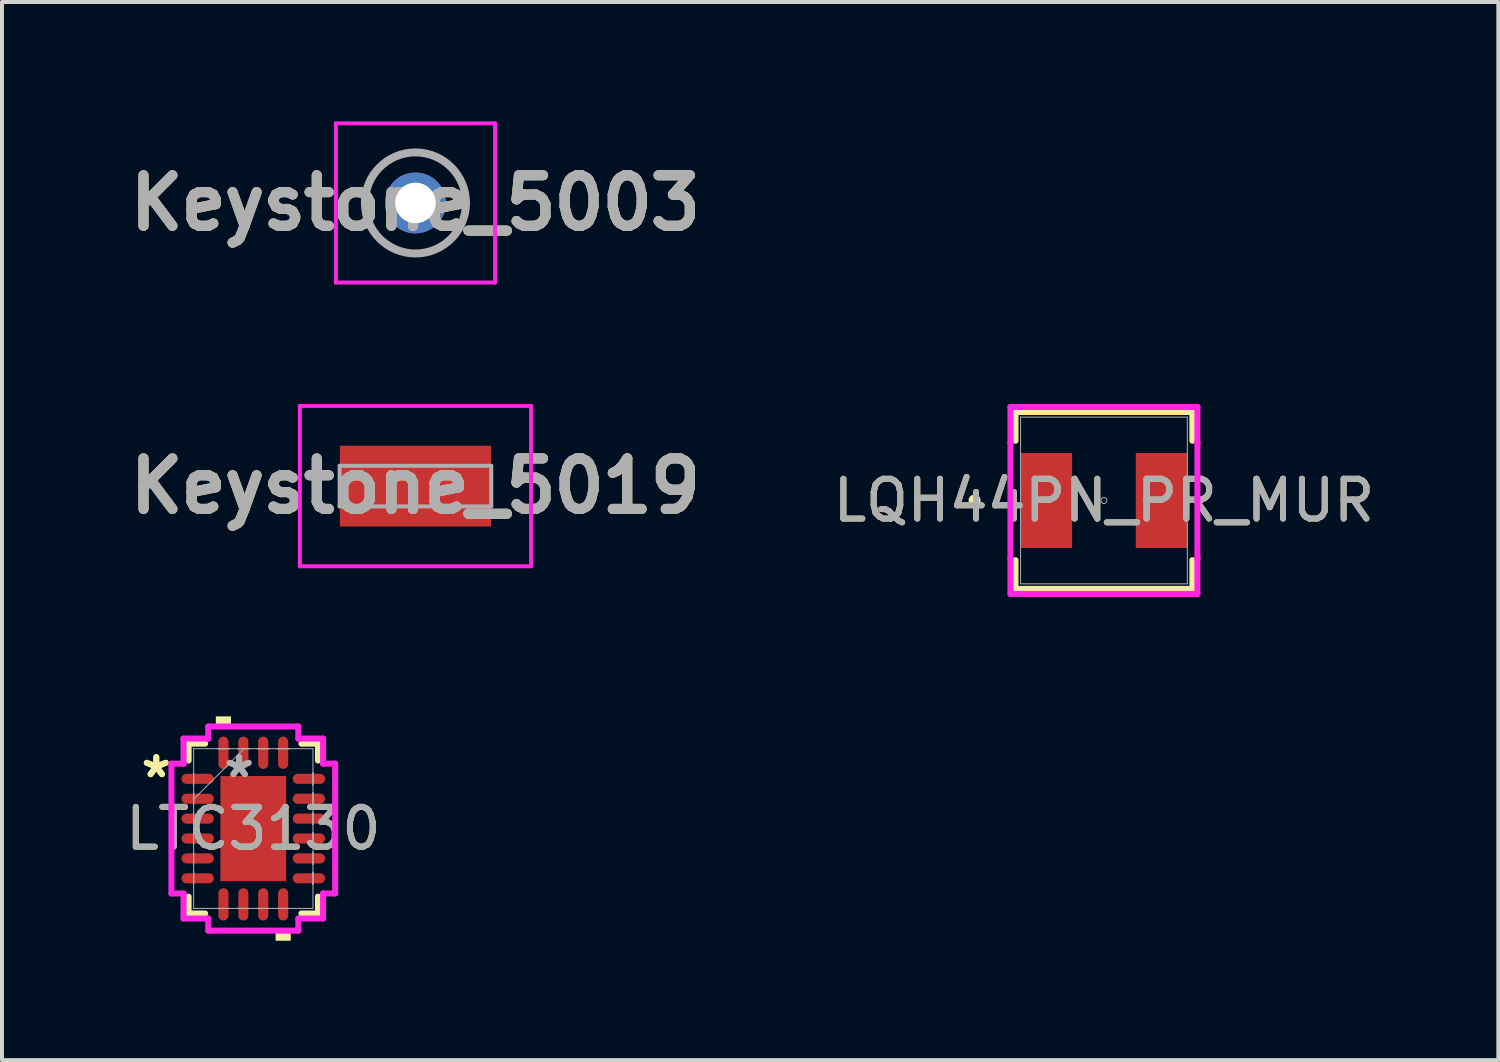
<source format=kicad_pcb>
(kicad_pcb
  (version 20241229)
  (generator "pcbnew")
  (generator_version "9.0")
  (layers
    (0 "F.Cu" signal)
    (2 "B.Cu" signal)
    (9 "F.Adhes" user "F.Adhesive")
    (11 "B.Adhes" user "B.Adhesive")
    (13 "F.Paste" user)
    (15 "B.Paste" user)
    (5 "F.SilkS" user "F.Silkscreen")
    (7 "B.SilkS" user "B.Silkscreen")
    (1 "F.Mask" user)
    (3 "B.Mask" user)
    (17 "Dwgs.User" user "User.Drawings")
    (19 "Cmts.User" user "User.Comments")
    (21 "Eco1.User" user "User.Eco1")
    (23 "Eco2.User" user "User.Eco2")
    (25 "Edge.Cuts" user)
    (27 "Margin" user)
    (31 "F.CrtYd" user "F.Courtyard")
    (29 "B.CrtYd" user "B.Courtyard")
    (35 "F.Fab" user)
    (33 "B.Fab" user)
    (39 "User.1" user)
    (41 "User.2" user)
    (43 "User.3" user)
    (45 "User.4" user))
  (footprint "Keystone_5019"
    (layer "F.Cu")
    (at 7.39 9.165)
    (property "Reference" "Keystone_5019" (at 0 0 0) (layer "F.SilkS") (effects (font (size 1.27 1.27) (thickness 0.254))))
    (attr smd)
    (fp_line (start -2.5 0) (end -2.5 0) (stroke (width 0.1) (type solid)) (layer "F.SilkS"))
    (fp_line (start -2.4 0) (end -2.4 0) (stroke (width 0.1) (type solid)) (layer "F.SilkS"))
    (fp_arc (start -2.5 0) (mid -2.45 -0.05) (end -2.4 0) (stroke (width 0.1) (type solid)) (layer "F.SilkS"))
    (fp_arc (start -2.4 0) (mid -2.45 0.05) (end -2.5 0) (stroke (width 0.1) (type solid)) (layer "F.SilkS"))
    (fp_line (start -2.905 -2.015) (end 2.905 -2.015) (stroke (width 0.1) (type solid)) (layer "F.CrtYd"))
    (fp_line (start -2.905 2.015) (end -2.905 -2.015) (stroke (width 0.1) (type solid)) (layer "F.CrtYd"))
    (fp_line (start 2.905 -2.015) (end 2.905 2.015) (stroke (width 0.1) (type solid)) (layer "F.CrtYd"))
    (fp_line (start 2.905 2.015) (end -2.905 2.015) (stroke (width 0.1) (type solid)) (layer "F.CrtYd"))
    (fp_line (start -1.905 -0.51) (end 1.905 -0.51) (stroke (width 0.1) (type solid)) (layer "F.Fab"))
    (fp_line (start -1.905 0.51) (end -1.905 -0.51) (stroke (width 0.1) (type solid)) (layer "F.Fab"))
    (fp_line (start 1.905 -0.51) (end 1.905 0.51) (stroke (width 0.1) (type solid)) (layer "F.Fab"))
    (fp_line (start 1.905 0.51) (end -1.905 0.51) (stroke (width 0.1) (type solid)) (layer "F.Fab"))
    (fp_text user "${REFERENCE}" (at 0 0 0) (layer "F.Fab") (effects (font (size 1.27 1.27) (thickness 0.254))))
    (pad "1" smd rect (at 0 0 90) (size 2.03 3.8) (layers "F.Cu" "F.Mask" "F.Paste")))
  (footprint "LQH44PN_PR_MUR"
    (layer "F.Cu")
    (at 24.691 9.526)
    (property "Reference" "LQH44PN_PR_MUR" (at 0 0 0) (unlocked yes) (layer "F.SilkS") (effects (font (size 1 1) (thickness 0.15))))
    (attr smd)
    (fp_line (start -2.223 -2.223) (end -2.223 -1.501) (stroke (width 0.152) (type solid)) (layer "F.SilkS"))
    (fp_line (start -2.223 1.501) (end -2.223 2.223) (stroke (width 0.152) (type solid)) (layer "F.SilkS"))
    (fp_line (start -2.223 2.223) (end 2.223 2.223) (stroke (width 0.152) (type solid)) (layer "F.SilkS"))
    (fp_line (start 2.223 -2.223) (end -2.223 -2.223) (stroke (width 0.152) (type solid)) (layer "F.SilkS"))
    (fp_line (start 2.223 -1.501) (end 2.223 -2.223) (stroke (width 0.152) (type solid)) (layer "F.SilkS"))
    (fp_line (start 2.223 2.223) (end 2.223 1.501) (stroke (width 0.152) (type solid)) (layer "F.SilkS"))
    (fp_circle (center -3.251 0) (end -3.175 0) (stroke (width 0.152) (type solid)) (fill no) (layer "F.SilkS"))
    (fp_line (start -2.349 -2.349) (end 2.349 -2.349) (stroke (width 0.152) (type solid)) (layer "F.CrtYd"))
    (fp_line (start -2.349 -1.448) (end -2.349 -2.349) (stroke (width 0.152) (type solid)) (layer "F.CrtYd"))
    (fp_line (start -2.349 -1.448) (end -2.349 -1.448) (stroke (width 0.152) (type solid)) (layer "F.CrtYd"))
    (fp_line (start -2.349 1.448) (end -2.349 -1.448) (stroke (width 0.152) (type solid)) (layer "F.CrtYd"))
    (fp_line (start -2.349 1.448) (end -2.349 1.448) (stroke (width 0.152) (type solid)) (layer "F.CrtYd"))
    (fp_line (start -2.349 2.349) (end -2.349 1.448) (stroke (width 0.152) (type solid)) (layer "F.CrtYd"))
    (fp_line (start 2.349 -2.349) (end 2.349 -1.448) (stroke (width 0.152) (type solid)) (layer "F.CrtYd"))
    (fp_line (start 2.349 -1.448) (end 2.349 -1.448) (stroke (width 0.152) (type solid)) (layer "F.CrtYd"))
    (fp_line (start 2.349 -1.448) (end 2.349 1.448) (stroke (width 0.152) (type solid)) (layer "F.CrtYd"))
    (fp_line (start 2.349 1.448) (end 2.349 1.448) (stroke (width 0.152) (type solid)) (layer "F.CrtYd"))
    (fp_line (start 2.349 1.448) (end 2.349 2.349) (stroke (width 0.152) (type solid)) (layer "F.CrtYd"))
    (fp_line (start 2.349 2.349) (end -2.349 2.349) (stroke (width 0.152) (type solid)) (layer "F.CrtYd"))
    (fp_line (start -2.095 -2.095) (end -2.095 2.095) (stroke (width 0.025) (type solid)) (layer "F.Fab"))
    (fp_line (start -2.095 2.095) (end 2.095 2.095) (stroke (width 0.025) (type solid)) (layer "F.Fab"))
    (fp_line (start 2.095 -2.095) (end -2.095 -2.095) (stroke (width 0.025) (type solid)) (layer "F.Fab"))
    (fp_line (start 2.095 2.095) (end 2.095 -2.095) (stroke (width 0.025) (type solid)) (layer "F.Fab"))
    (fp_circle (center 0 0) (end 0.076 0) (stroke (width 0.025) (type solid)) (fill no) (layer "F.Fab"))
    (fp_text user "${REFERENCE}" (at 0 0 0) (unlocked yes) (layer "F.Fab") (effects (font (size 1 1) (thickness 0.15))))
    (pad "1" smd rect (at -1.448 0) (size 1.295 2.388) (layers "F.Cu" "F.Mask" "F.Paste"))
    (pad "2" smd rect (at 1.448 0) (size 1.295 2.388) (layers "F.Cu" "F.Mask" "F.Paste")))
  (footprint "Keystone_5003"
    (layer "F.Cu")
    (at 7.39 2.05)
    (property "Reference" "Keystone_5003" (at 0 0 0) (layer "F.SilkS") (effects (font (size 1.27 1.27) (thickness 0.254))))
    (attr through_hole)
    (fp_line (start -1.27 0) (end -1.27 0) (stroke (width 0.1) (type solid)) (layer "F.SilkS"))
    (fp_line (start 1.27 0) (end 1.27 0) (stroke (width 0.1) (type solid)) (layer "F.SilkS"))
    (fp_arc (start -1.27 0) (mid 0 -1.27) (end 1.27 0) (stroke (width 0.1) (type solid)) (layer "F.SilkS"))
    (fp_arc (start 1.27 0) (mid 0 1.27) (end -1.27 0) (stroke (width 0.1) (type solid)) (layer "F.SilkS"))
    (fp_line (start -2 -2) (end 2 -2) (stroke (width 0.1) (type solid)) (layer "F.CrtYd"))
    (fp_line (start -2 2) (end -2 -2) (stroke (width 0.1) (type solid)) (layer "F.CrtYd"))
    (fp_line (start 2 -2) (end 2 2) (stroke (width 0.1) (type solid)) (layer "F.CrtYd"))
    (fp_line (start 2 2) (end -2 2) (stroke (width 0.1) (type solid)) (layer "F.CrtYd"))
    (fp_line (start -1.27 0) (end -1.27 0) (stroke (width 0.2) (type solid)) (layer "F.Fab"))
    (fp_line (start 1.27 0) (end 1.27 0) (stroke (width 0.2) (type solid)) (layer "F.Fab"))
    (fp_arc (start -1.27 0) (mid 0 -1.27) (end 1.27 0) (stroke (width 0.2) (type solid)) (layer "F.Fab"))
    (fp_arc (start 1.27 0) (mid 0 1.27) (end -1.27 0) (stroke (width 0.2) (type solid)) (layer "F.Fab"))
    (fp_text user "${REFERENCE}" (at 0 0 0) (layer "F.Fab") (effects (font (size 1.27 1.27) (thickness 0.254))))
    (pad "1" thru_hole circle (at 0 0) (size 1.53 1.53) (drill 1.02) (layers "*.Cu" "*.Mask")))
  (footprint "LTC3130"
    (layer "F.Cu")
    (at 3.315 17.771)
    (property "Reference" "LTC3130" (at 0 0 0) (unlocked yes) (layer "F.SilkS") (effects (font (size 1 1) (thickness 0.15))))
    (attr smd)
    (fp_poly (pts (xy -0.826 -1.321) (xy 0.826 -1.321) (xy 0.826 1.321) (xy -0.826 1.321)) (stroke (width 0) (type solid)) (fill yes) (layer "F.Cu"))
    (fp_poly (pts (xy -0.826 -1.321) (xy 0.826 -1.321) (xy 0.826 1.321) (xy -0.826 1.321)) (stroke (width 0) (type solid)) (fill yes) (layer "F.Mask"))
    (fp_line (start -1.626 -2.134) (end -1.626 -1.71) (stroke (width 0.152) (type solid)) (layer "F.SilkS"))
    (fp_line (start -1.626 1.71) (end -1.626 2.134) (stroke (width 0.152) (type solid)) (layer "F.SilkS"))
    (fp_line (start -1.626 2.134) (end -1.21 2.134) (stroke (width 0.152) (type solid)) (layer "F.SilkS"))
    (fp_line (start -1.21 -2.134) (end -1.626 -2.134) (stroke (width 0.152) (type solid)) (layer "F.SilkS"))
    (fp_line (start 1.21 2.134) (end 1.626 2.134) (stroke (width 0.152) (type solid)) (layer "F.SilkS"))
    (fp_line (start 1.626 -2.134) (end 1.21 -2.134) (stroke (width 0.152) (type solid)) (layer "F.SilkS"))
    (fp_line (start 1.626 -1.71) (end 1.626 -2.134) (stroke (width 0.152) (type solid)) (layer "F.SilkS"))
    (fp_line (start 1.626 2.134) (end 1.626 1.71) (stroke (width 0.152) (type solid)) (layer "F.SilkS"))
    (fp_poly (pts (xy -0.941 -2.565) (xy -0.941 -2.819) (xy -0.56 -2.819) (xy -0.56 -2.565)) (stroke (width 0) (type solid)) (fill yes) (layer "F.SilkS"))
    (fp_poly (pts (xy 0.56 2.565) (xy 0.56 2.819) (xy 0.941 2.819) (xy 0.941 2.565)) (stroke (width 0) (type solid)) (fill yes) (layer "F.SilkS"))
    (fp_poly (pts (xy -0.826 -1.321) (xy 0.826 -1.321) (xy 0.826 1.321) (xy -0.826 1.321)) (stroke (width 0) (type solid)) (fill yes) (layer "F.Paste"))
    (fp_line (start -2.057 -1.631) (end -1.753 -1.631) (stroke (width 0.152) (type solid)) (layer "F.CrtYd"))
    (fp_line (start -2.057 1.631) (end -2.057 -1.631) (stroke (width 0.152) (type solid)) (layer "F.CrtYd"))
    (fp_line (start -1.753 -2.261) (end -1.131 -2.261) (stroke (width 0.152) (type solid)) (layer "F.CrtYd"))
    (fp_line (start -1.753 -1.631) (end -1.753 -2.261) (stroke (width 0.152) (type solid)) (layer "F.CrtYd"))
    (fp_line (start -1.753 1.631) (end -2.057 1.631) (stroke (width 0.152) (type solid)) (layer "F.CrtYd"))
    (fp_line (start -1.753 2.261) (end -1.753 1.631) (stroke (width 0.152) (type solid)) (layer "F.CrtYd"))
    (fp_line (start -1.131 -2.565) (end 1.131 -2.565) (stroke (width 0.152) (type solid)) (layer "F.CrtYd"))
    (fp_line (start -1.131 -2.261) (end -1.131 -2.565) (stroke (width 0.152) (type solid)) (layer "F.CrtYd"))
    (fp_line (start -1.131 2.261) (end -1.753 2.261) (stroke (width 0.152) (type solid)) (layer "F.CrtYd"))
    (fp_line (start -1.131 2.565) (end -1.131 2.261) (stroke (width 0.152) (type solid)) (layer "F.CrtYd"))
    (fp_line (start 1.131 -2.565) (end 1.131 -2.261) (stroke (width 0.152) (type solid)) (layer "F.CrtYd"))
    (fp_line (start 1.131 -2.261) (end 1.753 -2.261) (stroke (width 0.152) (type solid)) (layer "F.CrtYd"))
    (fp_line (start 1.131 2.261) (end 1.131 2.565) (stroke (width 0.152) (type solid)) (layer "F.CrtYd"))
    (fp_line (start 1.131 2.565) (end -1.131 2.565) (stroke (width 0.152) (type solid)) (layer "F.CrtYd"))
    (fp_line (start 1.753 -2.261) (end 1.753 -1.631) (stroke (width 0.152) (type solid)) (layer "F.CrtYd"))
    (fp_line (start 1.753 -1.631) (end 2.057 -1.631) (stroke (width 0.152) (type solid)) (layer "F.CrtYd"))
    (fp_line (start 1.753 1.631) (end 1.753 2.261) (stroke (width 0.152) (type solid)) (layer "F.CrtYd"))
    (fp_line (start 1.753 2.261) (end 1.131 2.261) (stroke (width 0.152) (type solid)) (layer "F.CrtYd"))
    (fp_line (start 2.057 -1.631) (end 2.057 1.631) (stroke (width 0.152) (type solid)) (layer "F.CrtYd"))
    (fp_line (start 2.057 1.631) (end 1.753 1.631) (stroke (width 0.152) (type solid)) (layer "F.CrtYd"))
    (fp_line (start -1.499 -2.007) (end -1.499 2.007) (stroke (width 0.025) (type solid)) (layer "F.Fab"))
    (fp_line (start -1.499 -1.402) (end -1.499 -1.402) (stroke (width 0.025) (type solid)) (layer "F.Fab"))
    (fp_line (start -1.499 -1.402) (end -1.499 -1.098) (stroke (width 0.025) (type solid)) (layer "F.Fab"))
    (fp_line (start -1.499 -1.098) (end -1.499 -1.402) (stroke (width 0.025) (type solid)) (layer "F.Fab"))
    (fp_line (start -1.499 -1.098) (end -1.499 -1.098) (stroke (width 0.025) (type solid)) (layer "F.Fab"))
    (fp_line (start -1.499 -0.902) (end -1.499 -0.902) (stroke (width 0.025) (type solid)) (layer "F.Fab"))
    (fp_line (start -1.499 -0.902) (end -1.499 -0.598) (stroke (width 0.025) (type solid)) (layer "F.Fab"))
    (fp_line (start -1.499 -0.737) (end -0.229 -2.007) (stroke (width 0.025) (type solid)) (layer "F.Fab"))
    (fp_line (start -1.499 -0.598) (end -1.499 -0.902) (stroke (width 0.025) (type solid)) (layer "F.Fab"))
    (fp_line (start -1.499 -0.598) (end -1.499 -0.598) (stroke (width 0.025) (type solid)) (layer "F.Fab"))
    (fp_line (start -1.499 -0.402) (end -1.499 -0.402) (stroke (width 0.025) (type solid)) (layer "F.Fab"))
    (fp_line (start -1.499 -0.402) (end -1.499 -0.098) (stroke (width 0.025) (type solid)) (layer "F.Fab"))
    (fp_line (start -1.499 -0.098) (end -1.499 -0.402) (stroke (width 0.025) (type solid)) (layer "F.Fab"))
    (fp_line (start -1.499 -0.098) (end -1.499 -0.098) (stroke (width 0.025) (type solid)) (layer "F.Fab"))
    (fp_line (start -1.499 0.098) (end -1.499 0.098) (stroke (width 0.025) (type solid)) (layer "F.Fab"))
    (fp_line (start -1.499 0.098) (end -1.499 0.402) (stroke (width 0.025) (type solid)) (layer "F.Fab"))
    (fp_line (start -1.499 0.402) (end -1.499 0.098) (stroke (width 0.025) (type solid)) (layer "F.Fab"))
    (fp_line (start -1.499 0.402) (end -1.499 0.402) (stroke (width 0.025) (type solid)) (layer "F.Fab"))
    (fp_line (start -1.499 0.598) (end -1.499 0.598) (stroke (width 0.025) (type solid)) (layer "F.Fab"))
    (fp_line (start -1.499 0.598) (end -1.499 0.902) (stroke (width 0.025) (type solid)) (layer "F.Fab"))
    (fp_line (start -1.499 0.902) (end -1.499 0.598) (stroke (width 0.025) (type solid)) (layer "F.Fab"))
    (fp_line (start -1.499 0.902) (end -1.499 0.902) (stroke (width 0.025) (type solid)) (layer "F.Fab"))
    (fp_line (start -1.499 1.098) (end -1.499 1.098) (stroke (width 0.025) (type solid)) (layer "F.Fab"))
    (fp_line (start -1.499 1.098) (end -1.499 1.402) (stroke (width 0.025) (type solid)) (layer "F.Fab"))
    (fp_line (start -1.499 1.402) (end -1.499 1.098) (stroke (width 0.025) (type solid)) (layer "F.Fab"))
    (fp_line (start -1.499 1.402) (end -1.499 1.402) (stroke (width 0.025) (type solid)) (layer "F.Fab"))
    (fp_line (start -1.499 2.007) (end 1.499 2.007) (stroke (width 0.025) (type solid)) (layer "F.Fab"))
    (fp_line (start -0.902 -2.007) (end -0.902 -2.007) (stroke (width 0.025) (type solid)) (layer "F.Fab"))
    (fp_line (start -0.902 -2.007) (end -0.598 -2.007) (stroke (width 0.025) (type solid)) (layer "F.Fab"))
    (fp_line (start -0.902 2.007) (end -0.902 2.007) (stroke (width 0.025) (type solid)) (layer "F.Fab"))
    (fp_line (start -0.902 2.007) (end -0.598 2.007) (stroke (width 0.025) (type solid)) (layer "F.Fab"))
    (fp_line (start -0.598 -2.007) (end -0.902 -2.007) (stroke (width 0.025) (type solid)) (layer "F.Fab"))
    (fp_line (start -0.598 -2.007) (end -0.598 -2.007) (stroke (width 0.025) (type solid)) (layer "F.Fab"))
    (fp_line (start -0.598 2.007) (end -0.902 2.007) (stroke (width 0.025) (type solid)) (layer "F.Fab"))
    (fp_line (start -0.598 2.007) (end -0.598 2.007) (stroke (width 0.025) (type solid)) (layer "F.Fab"))
    (fp_line (start -0.402 -2.007) (end -0.402 -2.007) (stroke (width 0.025) (type solid)) (layer "F.Fab"))
    (fp_line (start -0.402 -2.007) (end -0.098 -2.007) (stroke (width 0.025) (type solid)) (layer "F.Fab"))
    (fp_line (start -0.402 2.007) (end -0.402 2.007) (stroke (width 0.025) (type solid)) (layer "F.Fab"))
    (fp_line (start -0.402 2.007) (end -0.098 2.007) (stroke (width 0.025) (type solid)) (layer "F.Fab"))
    (fp_line (start -0.098 -2.007) (end -0.402 -2.007) (stroke (width 0.025) (type solid)) (layer "F.Fab"))
    (fp_line (start -0.098 -2.007) (end -0.098 -2.007) (stroke (width 0.025) (type solid)) (layer "F.Fab"))
    (fp_line (start -0.098 2.007) (end -0.402 2.007) (stroke (width 0.025) (type solid)) (layer "F.Fab"))
    (fp_line (start -0.098 2.007) (end -0.098 2.007) (stroke (width 0.025) (type solid)) (layer "F.Fab"))
    (fp_line (start 0.098 -2.007) (end 0.098 -2.007) (stroke (width 0.025) (type solid)) (layer "F.Fab"))
    (fp_line (start 0.098 -2.007) (end 0.402 -2.007) (stroke (width 0.025) (type solid)) (layer "F.Fab"))
    (fp_line (start 0.098 2.007) (end 0.098 2.007) (stroke (width 0.025) (type solid)) (layer "F.Fab"))
    (fp_line (start 0.098 2.007) (end 0.402 2.007) (stroke (width 0.025) (type solid)) (layer "F.Fab"))
    (fp_line (start 0.402 -2.007) (end 0.098 -2.007) (stroke (width 0.025) (type solid)) (layer "F.Fab"))
    (fp_line (start 0.402 -2.007) (end 0.402 -2.007) (stroke (width 0.025) (type solid)) (layer "F.Fab"))
    (fp_line (start 0.402 2.007) (end 0.098 2.007) (stroke (width 0.025) (type solid)) (layer "F.Fab"))
    (fp_line (start 0.402 2.007) (end 0.402 2.007) (stroke (width 0.025) (type solid)) (layer "F.Fab"))
    (fp_line (start 0.598 -2.007) (end 0.598 -2.007) (stroke (width 0.025) (type solid)) (layer "F.Fab"))
    (fp_line (start 0.598 -2.007) (end 0.902 -2.007) (stroke (width 0.025) (type solid)) (layer "F.Fab"))
    (fp_line (start 0.598 2.007) (end 0.598 2.007) (stroke (width 0.025) (type solid)) (layer "F.Fab"))
    (fp_line (start 0.598 2.007) (end 0.902 2.007) (stroke (width 0.025) (type solid)) (layer "F.Fab"))
    (fp_line (start 0.902 -2.007) (end 0.598 -2.007) (stroke (width 0.025) (type solid)) (layer "F.Fab"))
    (fp_line (start 0.902 -2.007) (end 0.902 -2.007) (stroke (width 0.025) (type solid)) (layer "F.Fab"))
    (fp_line (start 0.902 2.007) (end 0.598 2.007) (stroke (width 0.025) (type solid)) (layer "F.Fab"))
    (fp_line (start 0.902 2.007) (end 0.902 2.007) (stroke (width 0.025) (type solid)) (layer "F.Fab"))
    (fp_line (start 1.499 -2.007) (end -1.499 -2.007) (stroke (width 0.025) (type solid)) (layer "F.Fab"))
    (fp_line (start 1.499 -1.402) (end 1.499 -1.402) (stroke (width 0.025) (type solid)) (layer "F.Fab"))
    (fp_line (start 1.499 -1.402) (end 1.499 -1.098) (stroke (width 0.025) (type solid)) (layer "F.Fab"))
    (fp_line (start 1.499 -1.098) (end 1.499 -1.402) (stroke (width 0.025) (type solid)) (layer "F.Fab"))
    (fp_line (start 1.499 -1.098) (end 1.499 -1.098) (stroke (width 0.025) (type solid)) (layer "F.Fab"))
    (fp_line (start 1.499 -0.902) (end 1.499 -0.902) (stroke (width 0.025) (type solid)) (layer "F.Fab"))
    (fp_line (start 1.499 -0.902) (end 1.499 -0.598) (stroke (width 0.025) (type solid)) (layer "F.Fab"))
    (fp_line (start 1.499 -0.598) (end 1.499 -0.902) (stroke (width 0.025) (type solid)) (layer "F.Fab"))
    (fp_line (start 1.499 -0.598) (end 1.499 -0.598) (stroke (width 0.025) (type solid)) (layer "F.Fab"))
    (fp_line (start 1.499 -0.402) (end 1.499 -0.402) (stroke (width 0.025) (type solid)) (layer "F.Fab"))
    (fp_line (start 1.499 -0.402) (end 1.499 -0.098) (stroke (width 0.025) (type solid)) (layer "F.Fab"))
    (fp_line (start 1.499 -0.098) (end 1.499 -0.402) (stroke (width 0.025) (type solid)) (layer "F.Fab"))
    (fp_line (start 1.499 -0.098) (end 1.499 -0.098) (stroke (width 0.025) (type solid)) (layer "F.Fab"))
    (fp_line (start 1.499 0.098) (end 1.499 0.098) (stroke (width 0.025) (type solid)) (layer "F.Fab"))
    (fp_line (start 1.499 0.098) (end 1.499 0.402) (stroke (width 0.025) (type solid)) (layer "F.Fab"))
    (fp_line (start 1.499 0.402) (end 1.499 0.098) (stroke (width 0.025) (type solid)) (layer "F.Fab"))
    (fp_line (start 1.499 0.402) (end 1.499 0.402) (stroke (width 0.025) (type solid)) (layer "F.Fab"))
    (fp_line (start 1.499 0.598) (end 1.499 0.598) (stroke (width 0.025) (type solid)) (layer "F.Fab"))
    (fp_line (start 1.499 0.598) (end 1.499 0.902) (stroke (width 0.025) (type solid)) (layer "F.Fab"))
    (fp_line (start 1.499 0.902) (end 1.499 0.598) (stroke (width 0.025) (type solid)) (layer "F.Fab"))
    (fp_line (start 1.499 0.902) (end 1.499 0.902) (stroke (width 0.025) (type solid)) (layer "F.Fab"))
    (fp_line (start 1.499 1.098) (end 1.499 1.098) (stroke (width 0.025) (type solid)) (layer "F.Fab"))
    (fp_line (start 1.499 1.098) (end 1.499 1.402) (stroke (width 0.025) (type solid)) (layer "F.Fab"))
    (fp_line (start 1.499 1.402) (end 1.499 1.098) (stroke (width 0.025) (type solid)) (layer "F.Fab"))
    (fp_line (start 1.499 1.402) (end 1.499 1.402) (stroke (width 0.025) (type solid)) (layer "F.Fab"))
    (fp_line (start 1.499 2.007) (end 1.499 -2.007) (stroke (width 0.025) (type solid)) (layer "F.Fab"))
    (fp_text user "*" (at -2.438 -1.25 0) (unlocked yes) (layer "F.SilkS") (effects (font (size 1 1) (thickness 0.15))))
    (fp_text user "*" (at -2.438 -1.25 0) (layer "F.SilkS") (effects (font (size 1 1) (thickness 0.15))))
    (fp_text user "*" (at -0.356 -1.25 0) (unlocked yes) (layer "F.Fab") (effects (font (size 1 1) (thickness 0.15))))
    (fp_text user "*" (at -0.356 -1.25 0) (layer "F.Fab") (effects (font (size 1 1) (thickness 0.15))))
    (fp_text user "${REFERENCE}" (at 0 0 0) (unlocked yes) (layer "F.Fab") (effects (font (size 1 1) (thickness 0.15))))
    (pad "1" smd oval (at -1.397 -1.25 90) (size 0.254 0.813) (layers "F.Cu" "F.Mask" "F.Paste"))
    (pad "2" smd oval (at -1.397 -0.75 90) (size 0.254 0.813) (layers "F.Cu" "F.Mask" "F.Paste"))
    (pad "3" smd oval (at -1.397 -0.25 90) (size 0.254 0.813) (layers "F.Cu" "F.Mask" "F.Paste"))
    (pad "4" smd oval (at -1.397 0.25 90) (size 0.254 0.813) (layers "F.Cu" "F.Mask" "F.Paste"))
    (pad "5" smd oval (at -1.397 0.75 90) (size 0.254 0.813) (layers "F.Cu" "F.Mask" "F.Paste"))
    (pad "6" smd oval (at -1.397 1.25 90) (size 0.254 0.813) (layers "F.Cu" "F.Mask" "F.Paste"))
    (pad "7" smd oval (at -0.75 1.905) (size 0.254 0.813) (layers "F.Cu" "F.Mask" "F.Paste"))
    (pad "8" smd oval (at -0.25 1.905) (size 0.254 0.813) (layers "F.Cu" "F.Mask" "F.Paste"))
    (pad "9" smd oval (at 0.25 1.905) (size 0.254 0.813) (layers "F.Cu" "F.Mask" "F.Paste"))
    (pad "10" smd oval (at 0.75 1.905) (size 0.254 0.813) (layers "F.Cu" "F.Mask" "F.Paste"))
    (pad "11" smd oval (at 1.397 1.25 90) (size 0.254 0.813) (layers "F.Cu" "F.Mask" "F.Paste"))
    (pad "12" smd oval (at 1.397 0.75 90) (size 0.254 0.813) (layers "F.Cu" "F.Mask" "F.Paste"))
    (pad "13" smd oval (at 1.397 0.25 90) (size 0.254 0.813) (layers "F.Cu" "F.Mask" "F.Paste"))
    (pad "14" smd oval (at 1.397 -0.25 90) (size 0.254 0.813) (layers "F.Cu" "F.Mask" "F.Paste"))
    (pad "15" smd oval (at 1.397 -0.75 90) (size 0.254 0.813) (layers "F.Cu" "F.Mask" "F.Paste"))
    (pad "16" smd oval (at 1.397 -1.25 90) (size 0.254 0.813) (layers "F.Cu" "F.Mask" "F.Paste"))
    (pad "17" smd oval (at 0.75 -1.905) (size 0.254 0.813) (layers "F.Cu" "F.Mask" "F.Paste"))
    (pad "18" smd oval (at 0.25 -1.905) (size 0.254 0.813) (layers "F.Cu" "F.Mask" "F.Paste"))
    (pad "19" smd oval (at -0.25 -1.905) (size 0.254 0.813) (layers "F.Cu" "F.Mask" "F.Paste"))
    (pad "20" smd oval (at -0.75 -1.905) (size 0.254 0.813) (layers "F.Cu" "F.Mask" "F.Paste")))
  (gr_rect
    (start -3 -3)
    (end 34.602 23.59)
    (stroke (width 0.1) (type default))
    (fill no)
    (layer "Edge.Cuts")))
</source>
